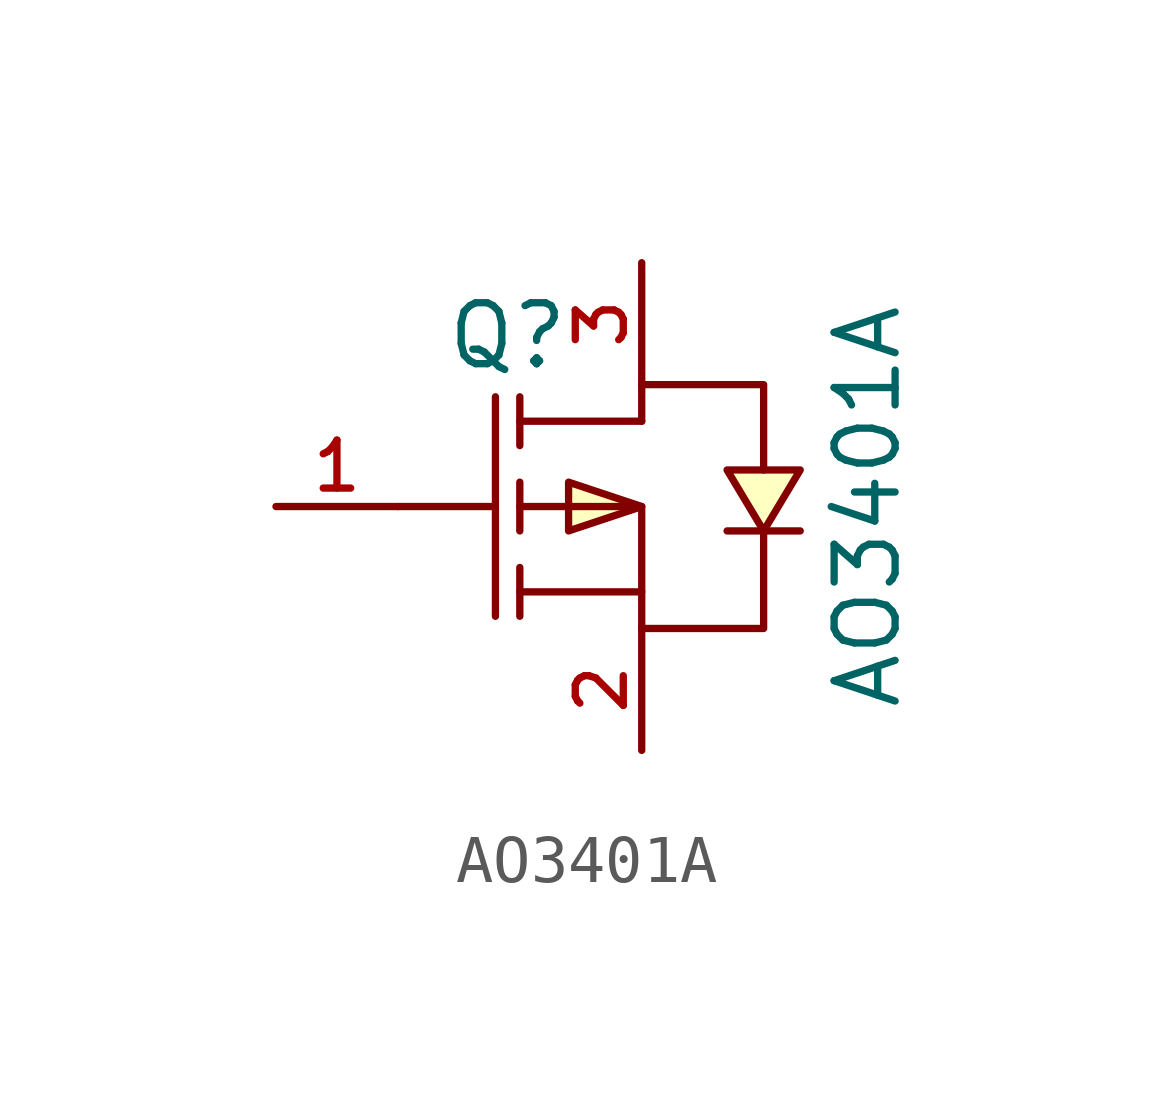
<source format=kicad_sym>
(kicad_symbol_lib
  (version 20220914)
  (generator kicad_symbol_editor)
  (symbol "AO3401A"
    (pin_names hide)
    (property "Reference" "Q"
      (at -0.254 3.556 0)
      (effects (font (size 1.27 1.27))))
    (property "Value" "AO3401A"
      (at 7.239 0 90)
      (effects (font (size 1.27 1.27))))
    (symbol "AO3401A_0_1"
      (polyline (pts (xy -2.54 0) (xy -0.508 0)) (stroke (width 0) (type default)) (fill (type none)))
      (polyline (pts (xy -0.508 2.286) (xy -0.508 -2.286)) (stroke (width 0) (type default)) (fill (type none)))
      (polyline (pts (xy 0 -2.286) (xy 0 -1.27)) (stroke (width 0) (type default)) (fill (type none)))
      (polyline (pts (xy 0 -0.508) (xy 0 0.508)) (stroke (width 0) (type default)) (fill (type none)))
      (polyline (pts (xy 0 1.27) (xy 0 2.286)) (stroke (width 0) (type default)) (fill (type none)))
      (polyline (pts (xy 2.54 -1.778) (xy 0 -1.778)) (stroke (width 0) (type default)) (fill (type none)))
      (polyline (pts (xy 2.54 1.778) (xy 0 1.778)) (stroke (width 0) (type default)) (fill (type none)))
      (polyline (pts (xy 0 0) (xy 2.54 0) (xy 2.54 -2.54)) (stroke (width 0) (type default)) (fill (type none)))
      (polyline (pts (xy 2.54 -2.54) (xy 5.08 -2.54) (xy 5.08 -0.508)) (stroke (width 0) (type default)) (fill (type none)))
      (polyline (pts (xy 2.54 0) (xy 1.016 0.508) (xy 1.016 -0.508) (xy 2.54 0)) (stroke (width 0) (type default)) (fill (type background)))
      (polyline (pts (xy 2.54 1.778) (xy 2.54 2.54) (xy 5.08 2.54) (xy 5.08 0.762)) (stroke (width 0) (type default)) (fill (type none)))
      (polyline (pts (xy 5.08 -0.508) (xy 5.842 0.762) (xy 4.318 0.762) (xy 5.08 -0.508)) (stroke (width 0) (type default)) (fill (type background)))
      (polyline (pts (xy 5.842 -0.508) (xy 5.588 -0.508) (xy 4.572 -0.508) (xy 4.318 -0.508)) (stroke (width 0) (type default)) (fill (type none)))
      (pin unspecified line (at -5.08 0 0) (length 2.54) (name "G" (effects (font (size 1 1)))) (number "1" (effects (font (size 1 1)))))
      (pin unspecified line (at 2.54 -5.08 90) (length 2.54) (name "S" (effects (font (size 1 1)))) (number "2" (effects (font (size 1 1)))))
      (pin unspecified line (at 2.54 5.08 270) (length 2.54) (name "D" (effects (font (size 1 1)))) (number "3" (effects (font (size 1 1))))))))
</source>
